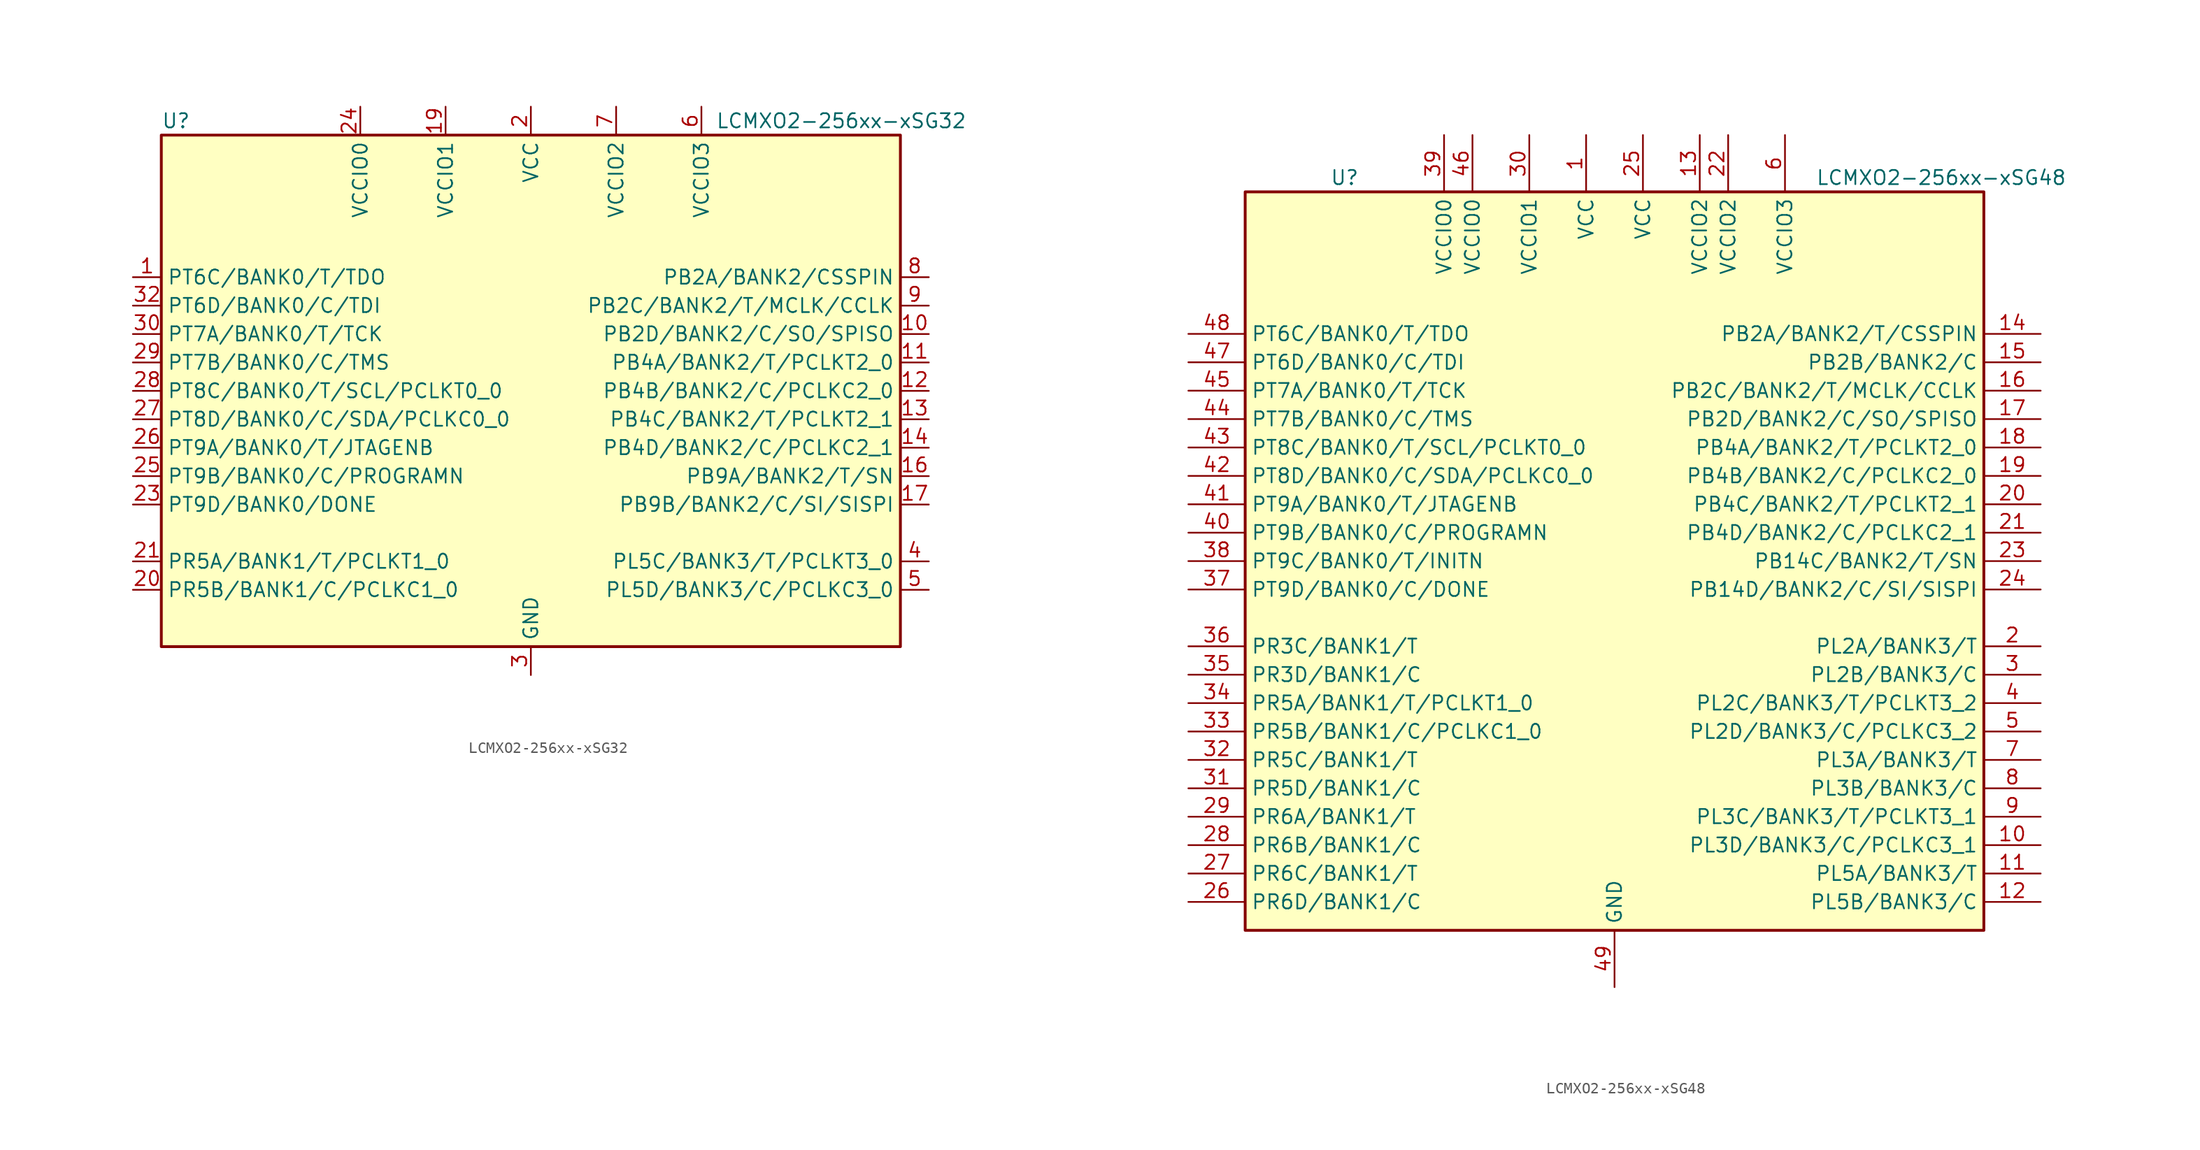
<source format=kicad_sym>
(kicad_symbol_lib
  (version 20241209)
  (generator "kicad_symbol_editor")
  (generator_version "9.0")
  (symbol "LCMXO2-256xx-xSG32"
    (property "Reference" "U"
      (at -33.02 24.13 0)
      (effects (font (size 1.27 1.27)) (justify left)))
    (property "Value" "LCMXO2-256xx-xSG32"
      (at 16.51 24.13 0)
      (effects (font (size 1.27 1.27)) (justify left)))
    (symbol "LCMXO2-256xx-xSG32_0_1"
      (rectangle (start -33.02 22.86) (end 33.02 -22.86) (stroke (width 0.254) (type default)) (fill (type background))))
    (symbol "LCMXO2-256xx-xSG32_1_1"
      (pin bidirectional line (at -35.56 10.16 0) (length 2.54) (name "PT6C/BANK0/T/TDO" (effects (font (size 1.27 1.27)))) (number "1" (effects (font (size 1.27 1.27)))))
      (pin bidirectional line (at -35.56 7.62 0) (length 2.54) (name "PT6D/BANK0/C/TDI" (effects (font (size 1.27 1.27)))) (number "32" (effects (font (size 1.27 1.27)))))
      (pin bidirectional line (at -35.56 5.08 0) (length 2.54) (name "PT7A/BANK0/T/TCK" (effects (font (size 1.27 1.27)))) (number "30" (effects (font (size 1.27 1.27)))))
      (pin bidirectional line (at -35.56 2.54 0) (length 2.54) (name "PT7B/BANK0/C/TMS" (effects (font (size 1.27 1.27)))) (number "29" (effects (font (size 1.27 1.27)))))
      (pin bidirectional line (at -35.56 0 0) (length 2.54) (name "PT8C/BANK0/T/SCL/PCLKT0_0" (effects (font (size 1.27 1.27)))) (number "28" (effects (font (size 1.27 1.27)))))
      (pin bidirectional line (at -35.56 -2.54 0) (length 2.54) (name "PT8D/BANK0/C/SDA/PCLKC0_0" (effects (font (size 1.27 1.27)))) (number "27" (effects (font (size 1.27 1.27)))))
      (pin bidirectional line (at -35.56 -5.08 0) (length 2.54) (name "PT9A/BANK0/T/JTAGENB" (effects (font (size 1.27 1.27)))) (number "26" (effects (font (size 1.27 1.27)))))
      (pin bidirectional line (at -35.56 -7.62 0) (length 2.54) (name "PT9B/BANK0/C/PROGRAMN" (effects (font (size 1.27 1.27)))) (number "25" (effects (font (size 1.27 1.27)))))
      (pin bidirectional line (at -35.56 -10.16 0) (length 2.54) (name "PT9D/BANK0/DONE" (effects (font (size 1.27 1.27)))) (number "23" (effects (font (size 1.27 1.27)))))
      (pin bidirectional line (at -35.56 -15.24 0) (length 2.54) (name "PR5A/BANK1/T/PCLKT1_0" (effects (font (size 1.27 1.27)))) (number "21" (effects (font (size 1.27 1.27)))))
      (pin bidirectional line (at -35.56 -17.78 0) (length 2.54) (name "PR5B/BANK1/C/PCLKC1_0" (effects (font (size 1.27 1.27)))) (number "20" (effects (font (size 1.27 1.27)))))
      (pin power_in line (at -15.24 25.4 270) (length 2.54) (name "VCCIO0" (effects (font (size 1.27 1.27)))) (number "24" (effects (font (size 1.27 1.27)))))
      (pin passive line (at -15.24 25.4 270) (length 2.54) (hide yes) (name "VCCIO0" (effects (font (size 1.27 1.27)))) (number "31" (effects (font (size 1.27 1.27)))))
      (pin power_in line (at -7.62 25.4 270) (length 2.54) (name "VCCIO1" (effects (font (size 1.27 1.27)))) (number "19" (effects (font (size 1.27 1.27)))))
      (pin passive line (at 0 25.4 270) (length 2.54) (hide yes) (name "VCC" (effects (font (size 1.27 1.27)))) (number "18" (effects (font (size 1.27 1.27)))))
      (pin power_in line (at 0 25.4 270) (length 2.54) (name "VCC" (effects (font (size 1.27 1.27)))) (number "2" (effects (font (size 1.27 1.27)))))
      (pin passive line (at 0 -25.4 90) (length 2.54) (hide yes) (name "GND" (effects (font (size 1.27 1.27)))) (number "22" (effects (font (size 1.27 1.27)))))
      (pin power_in line (at 0 -25.4 90) (length 2.54) (name "GND" (effects (font (size 1.27 1.27)))) (number "3" (effects (font (size 1.27 1.27)))))
      (pin passive line (at 0 -25.4 90) (length 2.54) (hide yes) (name "GND" (effects (font (size 1.27 1.27)))) (number "33" (effects (font (size 1.27 1.27)))))
      (pin passive line (at 7.62 25.4 270) (length 2.54) (hide yes) (name "VCCIO2" (effects (font (size 1.27 1.27)))) (number "15" (effects (font (size 1.27 1.27)))))
      (pin power_in line (at 7.62 25.4 270) (length 2.54) (name "VCCIO2" (effects (font (size 1.27 1.27)))) (number "7" (effects (font (size 1.27 1.27)))))
      (pin power_in line (at 15.24 25.4 270) (length 2.54) (name "VCCIO3" (effects (font (size 1.27 1.27)))) (number "6" (effects (font (size 1.27 1.27)))))
      (pin bidirectional line (at 35.56 10.16 180) (length 2.54) (name "PB2A/BANK2/CSSPIN" (effects (font (size 1.27 1.27)))) (number "8" (effects (font (size 1.27 1.27)))))
      (pin bidirectional line (at 35.56 7.62 180) (length 2.54) (name "PB2C/BANK2/T/MCLK/CCLK" (effects (font (size 1.27 1.27)))) (number "9" (effects (font (size 1.27 1.27)))))
      (pin bidirectional line (at 35.56 5.08 180) (length 2.54) (name "PB2D/BANK2/C/SO/SPISO" (effects (font (size 1.27 1.27)))) (number "10" (effects (font (size 1.27 1.27)))))
      (pin bidirectional line (at 35.56 2.54 180) (length 2.54) (name "PB4A/BANK2/T/PCLKT2_0" (effects (font (size 1.27 1.27)))) (number "11" (effects (font (size 1.27 1.27)))))
      (pin bidirectional line (at 35.56 0 180) (length 2.54) (name "PB4B/BANK2/C/PCLKC2_0" (effects (font (size 1.27 1.27)))) (number "12" (effects (font (size 1.27 1.27)))))
      (pin bidirectional line (at 35.56 -2.54 180) (length 2.54) (name "PB4C/BANK2/T/PCLKT2_1" (effects (font (size 1.27 1.27)))) (number "13" (effects (font (size 1.27 1.27)))))
      (pin bidirectional line (at 35.56 -5.08 180) (length 2.54) (name "PB4D/BANK2/C/PCLKC2_1" (effects (font (size 1.27 1.27)))) (number "14" (effects (font (size 1.27 1.27)))))
      (pin bidirectional line (at 35.56 -7.62 180) (length 2.54) (name "PB9A/BANK2/T/SN" (effects (font (size 1.27 1.27)))) (number "16" (effects (font (size 1.27 1.27)))))
      (pin bidirectional line (at 35.56 -10.16 180) (length 2.54) (name "PB9B/BANK2/C/SI/SISPI" (effects (font (size 1.27 1.27)))) (number "17" (effects (font (size 1.27 1.27)))))
      (pin bidirectional line (at 35.56 -15.24 180) (length 2.54) (name "PL5C/BANK3/T/PCLKT3_0" (effects (font (size 1.27 1.27)))) (number "4" (effects (font (size 1.27 1.27)))))
      (pin bidirectional line (at 35.56 -17.78 180) (length 2.54) (name "PL5D/BANK3/C/PCLKC3_0" (effects (font (size 1.27 1.27)))) (number "5" (effects (font (size 1.27 1.27)))))))
  (symbol "LCMXO2-256xx-xSG48"
    (property "Reference" "U"
      (at -24.13 34.29 0)
      (effects (font (size 1.27 1.27))))
    (property "Value" "LCMXO2-256xx-xSG48"
      (at 29.21 34.29 0)
      (effects (font (size 1.27 1.27))))
    (symbol "LCMXO2-256xx-xSG48_0_1"
      (rectangle (start -33.02 33.02) (end 33.02 -33.02) (stroke (width 0.254) (type default)) (fill (type background))))
    (symbol "LCMXO2-256xx-xSG48_1_1"
      (pin bidirectional line (at -38.1 20.32 0) (length 5.08) (name "PT6C/BANK0/T/TDO" (effects (font (size 1.27 1.27)))) (number "48" (effects (font (size 1.27 1.27)))))
      (pin bidirectional line (at -38.1 17.78 0) (length 5.08) (name "PT6D/BANK0/C/TDI" (effects (font (size 1.27 1.27)))) (number "47" (effects (font (size 1.27 1.27)))))
      (pin bidirectional line (at -38.1 15.24 0) (length 5.08) (name "PT7A/BANK0/T/TCK" (effects (font (size 1.27 1.27)))) (number "45" (effects (font (size 1.27 1.27)))))
      (pin bidirectional line (at -38.1 12.7 0) (length 5.08) (name "PT7B/BANK0/C/TMS" (effects (font (size 1.27 1.27)))) (number "44" (effects (font (size 1.27 1.27)))))
      (pin bidirectional line (at -38.1 10.16 0) (length 5.08) (name "PT8C/BANK0/T/SCL/PCLKT0_0" (effects (font (size 1.27 1.27)))) (number "43" (effects (font (size 1.27 1.27)))))
      (pin bidirectional line (at -38.1 7.62 0) (length 5.08) (name "PT8D/BANK0/C/SDA/PCLKC0_0" (effects (font (size 1.27 1.27)))) (number "42" (effects (font (size 1.27 1.27)))))
      (pin bidirectional line (at -38.1 5.08 0) (length 5.08) (name "PT9A/BANK0/T/JTAGENB" (effects (font (size 1.27 1.27)))) (number "41" (effects (font (size 1.27 1.27)))))
      (pin bidirectional line (at -38.1 2.54 0) (length 5.08) (name "PT9B/BANK0/C/PROGRAMN" (effects (font (size 1.27 1.27)))) (number "40" (effects (font (size 1.27 1.27)))))
      (pin bidirectional line (at -38.1 0 0) (length 5.08) (name "PT9C/BANK0/T/INITN" (effects (font (size 1.27 1.27)))) (number "38" (effects (font (size 1.27 1.27)))))
      (pin bidirectional line (at -38.1 -2.54 0) (length 5.08) (name "PT9D/BANK0/C/DONE" (effects (font (size 1.27 1.27)))) (number "37" (effects (font (size 1.27 1.27)))))
      (pin bidirectional line (at -38.1 -7.62 0) (length 5.08) (name "PR3C/BANK1/T" (effects (font (size 1.27 1.27)))) (number "36" (effects (font (size 1.27 1.27)))))
      (pin bidirectional line (at -38.1 -10.16 0) (length 5.08) (name "PR3D/BANK1/C" (effects (font (size 1.27 1.27)))) (number "35" (effects (font (size 1.27 1.27)))))
      (pin bidirectional line (at -38.1 -12.7 0) (length 5.08) (name "PR5A/BANK1/T/PCLKT1_0" (effects (font (size 1.27 1.27)))) (number "34" (effects (font (size 1.27 1.27)))))
      (pin bidirectional line (at -38.1 -15.24 0) (length 5.08) (name "PR5B/BANK1/C/PCLKC1_0" (effects (font (size 1.27 1.27)))) (number "33" (effects (font (size 1.27 1.27)))))
      (pin bidirectional line (at -38.1 -17.78 0) (length 5.08) (name "PR5C/BANK1/T" (effects (font (size 1.27 1.27)))) (number "32" (effects (font (size 1.27 1.27)))))
      (pin bidirectional line (at -38.1 -20.32 0) (length 5.08) (name "PR5D/BANK1/C" (effects (font (size 1.27 1.27)))) (number "31" (effects (font (size 1.27 1.27)))))
      (pin bidirectional line (at -38.1 -22.86 0) (length 5.08) (name "PR6A/BANK1/T" (effects (font (size 1.27 1.27)))) (number "29" (effects (font (size 1.27 1.27)))))
      (pin bidirectional line (at -38.1 -25.4 0) (length 5.08) (name "PR6B/BANK1/C" (effects (font (size 1.27 1.27)))) (number "28" (effects (font (size 1.27 1.27)))))
      (pin bidirectional line (at -38.1 -27.94 0) (length 5.08) (name "PR6C/BANK1/T" (effects (font (size 1.27 1.27)))) (number "27" (effects (font (size 1.27 1.27)))))
      (pin bidirectional line (at -38.1 -30.48 0) (length 5.08) (name "PR6D/BANK1/C" (effects (font (size 1.27 1.27)))) (number "26" (effects (font (size 1.27 1.27)))))
      (pin power_in line (at -15.24 38.1 270) (length 5.08) (name "VCCIO0" (effects (font (size 1.27 1.27)))) (number "39" (effects (font (size 1.27 1.27)))))
      (pin power_in line (at -12.7 38.1 270) (length 5.08) (name "VCCIO0" (effects (font (size 1.27 1.27)))) (number "46" (effects (font (size 1.27 1.27)))))
      (pin power_in line (at -7.62 38.1 270) (length 5.08) (name "VCCIO1" (effects (font (size 1.27 1.27)))) (number "30" (effects (font (size 1.27 1.27)))))
      (pin power_in line (at -2.54 38.1 270) (length 5.08) (name "VCC" (effects (font (size 1.27 1.27)))) (number "1" (effects (font (size 1.27 1.27)))))
      (pin power_in line (at 0 -38.1 90) (length 5.08) (name "GND" (effects (font (size 1.27 1.27)))) (number "49" (effects (font (size 1.27 1.27)))))
      (pin power_in line (at 2.54 38.1 270) (length 5.08) (name "VCC" (effects (font (size 1.27 1.27)))) (number "25" (effects (font (size 1.27 1.27)))))
      (pin power_in line (at 7.62 38.1 270) (length 5.08) (name "VCCIO2" (effects (font (size 1.27 1.27)))) (number "13" (effects (font (size 1.27 1.27)))))
      (pin power_in line (at 10.16 38.1 270) (length 5.08) (name "VCCIO2" (effects (font (size 1.27 1.27)))) (number "22" (effects (font (size 1.27 1.27)))))
      (pin power_in line (at 15.24 38.1 270) (length 5.08) (name "VCCIO3" (effects (font (size 1.27 1.27)))) (number "6" (effects (font (size 1.27 1.27)))))
      (pin bidirectional line (at 38.1 20.32 180) (length 5.08) (name "PB2A/BANK2/T/CSSPIN" (effects (font (size 1.27 1.27)))) (number "14" (effects (font (size 1.27 1.27)))))
      (pin bidirectional line (at 38.1 17.78 180) (length 5.08) (name "PB2B/BANK2/C" (effects (font (size 1.27 1.27)))) (number "15" (effects (font (size 1.27 1.27)))))
      (pin bidirectional line (at 38.1 15.24 180) (length 5.08) (name "PB2C/BANK2/T/MCLK/CCLK" (effects (font (size 1.27 1.27)))) (number "16" (effects (font (size 1.27 1.27)))))
      (pin bidirectional line (at 38.1 12.7 180) (length 5.08) (name "PB2D/BANK2/C/SO/SPISO" (effects (font (size 1.27 1.27)))) (number "17" (effects (font (size 1.27 1.27)))))
      (pin bidirectional line (at 38.1 10.16 180) (length 5.08) (name "PB4A/BANK2/T/PCLKT2_0" (effects (font (size 1.27 1.27)))) (number "18" (effects (font (size 1.27 1.27)))))
      (pin bidirectional line (at 38.1 7.62 180) (length 5.08) (name "PB4B/BANK2/C/PCLKC2_0" (effects (font (size 1.27 1.27)))) (number "19" (effects (font (size 1.27 1.27)))))
      (pin bidirectional line (at 38.1 5.08 180) (length 5.08) (name "PB4C/BANK2/T/PCLKT2_1" (effects (font (size 1.27 1.27)))) (number "20" (effects (font (size 1.27 1.27)))))
      (pin bidirectional line (at 38.1 2.54 180) (length 5.08) (name "PB4D/BANK2/C/PCLKC2_1" (effects (font (size 1.27 1.27)))) (number "21" (effects (font (size 1.27 1.27)))))
      (pin bidirectional line (at 38.1 0 180) (length 5.08) (name "PB14C/BANK2/T/SN" (effects (font (size 1.27 1.27)))) (number "23" (effects (font (size 1.27 1.27)))))
      (pin bidirectional line (at 38.1 -2.54 180) (length 5.08) (name "PB14D/BANK2/C/SI/SISPI" (effects (font (size 1.27 1.27)))) (number "24" (effects (font (size 1.27 1.27)))))
      (pin bidirectional line (at 38.1 -7.62 180) (length 5.08) (name "PL2A/BANK3/T" (effects (font (size 1.27 1.27)))) (number "2" (effects (font (size 1.27 1.27)))))
      (pin bidirectional line (at 38.1 -10.16 180) (length 5.08) (name "PL2B/BANK3/C" (effects (font (size 1.27 1.27)))) (number "3" (effects (font (size 1.27 1.27)))))
      (pin bidirectional line (at 38.1 -12.7 180) (length 5.08) (name "PL2C/BANK3/T/PCLKT3_2" (effects (font (size 1.27 1.27)))) (number "4" (effects (font (size 1.27 1.27)))))
      (pin bidirectional line (at 38.1 -15.24 180) (length 5.08) (name "PL2D/BANK3/C/PCLKC3_2" (effects (font (size 1.27 1.27)))) (number "5" (effects (font (size 1.27 1.27)))))
      (pin bidirectional line (at 38.1 -17.78 180) (length 5.08) (name "PL3A/BANK3/T" (effects (font (size 1.27 1.27)))) (number "7" (effects (font (size 1.27 1.27)))))
      (pin bidirectional line (at 38.1 -20.32 180) (length 5.08) (name "PL3B/BANK3/C" (effects (font (size 1.27 1.27)))) (number "8" (effects (font (size 1.27 1.27)))))
      (pin bidirectional line (at 38.1 -22.86 180) (length 5.08) (name "PL3C/BANK3/T/PCLKT3_1" (effects (font (size 1.27 1.27)))) (number "9" (effects (font (size 1.27 1.27)))))
      (pin bidirectional line (at 38.1 -25.4 180) (length 5.08) (name "PL3D/BANK3/C/PCLKC3_1" (effects (font (size 1.27 1.27)))) (number "10" (effects (font (size 1.27 1.27)))))
      (pin bidirectional line (at 38.1 -27.94 180) (length 5.08) (name "PL5A/BANK3/T" (effects (font (size 1.27 1.27)))) (number "11" (effects (font (size 1.27 1.27)))))
      (pin bidirectional line (at 38.1 -30.48 180) (length 5.08) (name "PL5B/BANK3/C" (effects (font (size 1.27 1.27)))) (number "12" (effects (font (size 1.27 1.27))))))))
</source>
